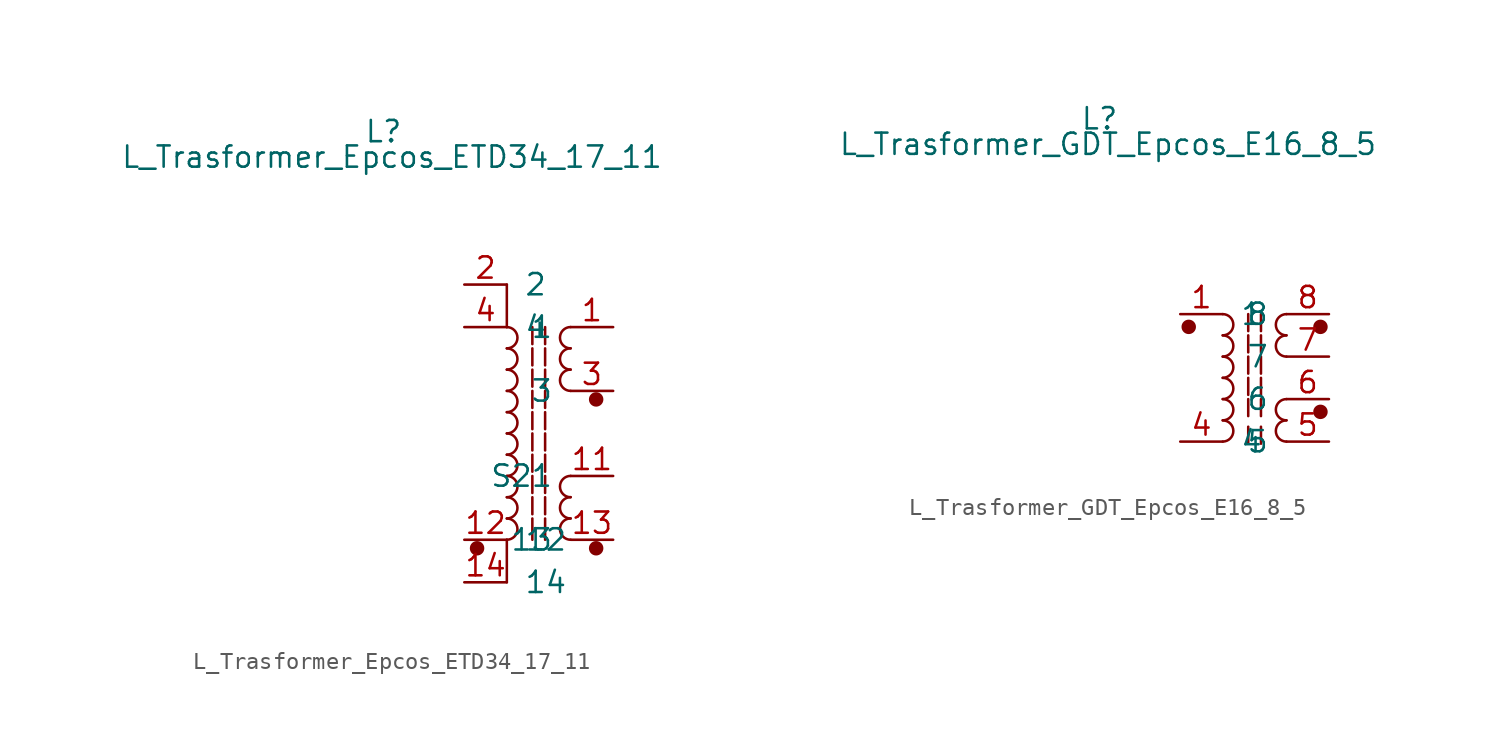
<source format=kicad_sym>
(kicad_symbol_lib
  (version 20231120)
  (generator "kicad_symbol_editor")
  (generator_version "8.0")
  (symbol "L_Trasformer_Epcos_ETD34_17_11"
    (pin_names
      (offset 1.016))
    (property "Reference" "L"
      (at -4.826 11.684 0)
      (effects (font (size 1.27 1.27))))
    (property "Value" "L_Trasformer_Epcos_ETD34_17_11"
      (at -4.318 10.16 0)
      (effects (font (size 1.27 1.27))))
    (symbol "L_Trasformer_Epcos_ETD34_17_11_0_1"
      (polyline (pts (xy 2.54 -15.24) (xy 2.54 -12.7)) (stroke (width 0) (type default)) (fill (type none)))
      (polyline (pts (xy 2.54 2.54) (xy 2.54 0)) (stroke (width 0) (type default)) (fill (type none)))
      (polyline (pts (xy 4.064 -11.43) (xy 4.064 -12.7)) (stroke (width 0) (type default)) (fill (type none)))
      (polyline (pts (xy 4.064 -10.16) (xy 4.064 -11.176)) (stroke (width 0) (type default)) (fill (type none)))
      (polyline (pts (xy 4.064 -8.89) (xy 4.064 -9.906)) (stroke (width 0) (type default)) (fill (type none)))
      (polyline (pts (xy 4.064 -7.62) (xy 4.064 -8.636)) (stroke (width 0) (type default)) (fill (type none)))
      (polyline (pts (xy 4.064 -6.35) (xy 4.064 -7.366)) (stroke (width 0) (type default)) (fill (type none)))
      (polyline (pts (xy 4.064 -5.08) (xy 4.064 -6.096)) (stroke (width 0) (type default)) (fill (type none)))
      (polyline (pts (xy 4.064 -3.81) (xy 4.064 -4.826)) (stroke (width 0) (type default)) (fill (type none)))
      (polyline (pts (xy 4.064 -2.54) (xy 4.064 -3.556)) (stroke (width 0) (type default)) (fill (type none)))
      (polyline (pts (xy 4.064 -1.27) (xy 4.064 -2.286)) (stroke (width 0) (type default)) (fill (type none)))
      (polyline (pts (xy 4.064 0) (xy 4.064 -1.016)) (stroke (width 0) (type default)) (fill (type none)))
      (polyline (pts (xy 4.826 -11.43) (xy 4.826 -12.7)) (stroke (width 0) (type default)) (fill (type none)))
      (polyline (pts (xy 4.826 -10.16) (xy 4.826 -11.176)) (stroke (width 0) (type default)) (fill (type none)))
      (polyline (pts (xy 4.826 -8.89) (xy 4.826 -9.906)) (stroke (width 0) (type default)) (fill (type none)))
      (polyline (pts (xy 4.826 -7.62) (xy 4.826 -8.636)) (stroke (width 0) (type default)) (fill (type none)))
      (polyline (pts (xy 4.826 -6.35) (xy 4.826 -7.366)) (stroke (width 0) (type default)) (fill (type none)))
      (polyline (pts (xy 4.826 -5.08) (xy 4.826 -6.096)) (stroke (width 0) (type default)) (fill (type none)))
      (polyline (pts (xy 4.826 -3.81) (xy 4.826 -4.826)) (stroke (width 0) (type default)) (fill (type none)))
      (polyline (pts (xy 4.826 -2.54) (xy 4.826 -3.556)) (stroke (width 0) (type default)) (fill (type none)))
      (polyline (pts (xy 4.826 -1.27) (xy 4.826 -2.286)) (stroke (width 0) (type default)) (fill (type none)))
      (polyline (pts (xy 4.826 0) (xy 4.826 -1.016)) (stroke (width 0) (type default)) (fill (type none)))
      (circle (center 0.762 -13.208) (radius 0.356) (stroke (width 0) (type default)) (fill (type outline)))
      (arc (start 2.54 -12.7) (mid 3.1722 -12.065) (end 2.54 -11.43) (stroke (width 0) (type default)) (fill (type none)))
      (arc (start 2.54 -11.43) (mid 3.1722 -10.795) (end 2.54 -10.16) (stroke (width 0) (type default)) (fill (type none)))
      (arc (start 2.54 -10.16) (mid 3.1722 -9.525) (end 2.54 -8.89) (stroke (width 0) (type default)) (fill (type none)))
      (arc (start 2.54 -8.89) (mid 3.1722 -8.255) (end 2.54 -7.62) (stroke (width 0) (type default)) (fill (type none)))
      (arc (start 2.54 -7.62) (mid 3.1722 -6.985) (end 2.54 -6.35) (stroke (width 0) (type default)) (fill (type none)))
      (arc (start 2.54 -6.35) (mid 3.1722 -5.715) (end 2.54 -5.08) (stroke (width 0) (type default)) (fill (type none)))
      (arc (start 2.54 -5.08) (mid 3.1722 -4.445) (end 2.54 -3.81) (stroke (width 0) (type default)) (fill (type none)))
      (arc (start 2.54 -3.81) (mid 3.1722 -3.175) (end 2.54 -2.54) (stroke (width 0) (type default)) (fill (type none)))
      (arc (start 2.54 -2.54) (mid 3.1722 -1.905) (end 2.54 -1.27) (stroke (width 0) (type default)) (fill (type none)))
      (arc (start 2.54 -1.27) (mid 3.1722 -0.635) (end 2.54 0) (stroke (width 0) (type default)) (fill (type none)))
      (arc (start 6.35 -11.43) (mid 5.7177 -12.065) (end 6.35 -12.7) (stroke (width 0) (type default)) (fill (type none)))
      (arc (start 6.35 -10.16) (mid 5.7177 -10.795) (end 6.35 -11.43) (stroke (width 0) (type default)) (fill (type none)))
      (arc (start 6.35 -8.89) (mid 5.7177 -9.525) (end 6.35 -10.16) (stroke (width 0) (type default)) (fill (type none)))
      (arc (start 6.35 -2.54) (mid 5.7177 -3.175) (end 6.35 -3.81) (stroke (width 0) (type default)) (fill (type none)))
      (arc (start 6.35 -1.27) (mid 5.7177 -1.905) (end 6.35 -2.54) (stroke (width 0) (type default)) (fill (type none)))
      (arc (start 6.35 0) (mid 5.7177 -0.635) (end 6.35 -1.27) (stroke (width 0) (type default)) (fill (type none)))
      (circle (center 7.874 -13.208) (radius 0.356) (stroke (width 0) (type default)) (fill (type outline)))
      (circle (center 7.874 -4.318) (radius 0.356) (stroke (width 0) (type default)) (fill (type outline))))
    (symbol "L_Trasformer_Epcos_ETD34_17_11_1_1"
      (pin passive line (at 8.89 0 180) (length 2.54) (name "1" (effects (font (size 1.27 1.27)))) (number "1" (effects (font (size 1.27 1.27)))))
      (pin passive line (at 8.89 -8.89 180) (length 2.54) (name "S21" (effects (font (size 1.27 1.27)))) (number "11" (effects (font (size 1.27 1.27)))))
      (pin passive line (at 0 -12.7 0) (length 2.54) (name "12" (effects (font (size 1.27 1.27)))) (number "12" (effects (font (size 1.27 1.27)))))
      (pin passive line (at 8.89 -12.7 180) (length 2.54) (name "13" (effects (font (size 1.27 1.27)))) (number "13" (effects (font (size 1.27 1.27)))))
      (pin passive line (at 0 -15.24 0) (length 2.54) (name "14" (effects (font (size 1.27 1.27)))) (number "14" (effects (font (size 1.27 1.27)))))
      (pin passive line (at 0 2.54 0) (length 2.54) (name "2" (effects (font (size 1.27 1.27)))) (number "2" (effects (font (size 1.27 1.27)))))
      (pin passive line (at 8.89 -3.81 180) (length 2.54) (name "3" (effects (font (size 1.27 1.27)))) (number "3" (effects (font (size 1.27 1.27)))))
      (pin passive line (at 0 0 0) (length 2.54) (name "4" (effects (font (size 1.27 1.27)))) (number "4" (effects (font (size 1.27 1.27)))))))
  (symbol "L_Trasformer_GDT_Epcos_E16_8_5"
    (pin_names
      (offset 1.016))
    (property "Reference" "L"
      (at -4.826 11.684 0)
      (effects (font (size 1.27 1.27))))
    (property "Value" "L_Trasformer_GDT_Epcos_E16_8_5"
      (at -4.318 10.16 0)
      (effects (font (size 1.27 1.27))))
    (symbol "L_Trasformer_GDT_Epcos_E16_8_5_0_1"
      (polyline (pts (xy 4.064 -6.731) (xy 4.064 -7.747)) (stroke (width 0) (type default)) (fill (type none)))
      (polyline (pts (xy 4.064 -5.08) (xy 4.064 -6.096)) (stroke (width 0) (type default)) (fill (type none)))
      (polyline (pts (xy 4.064 -3.81) (xy 4.064 -4.826)) (stroke (width 0) (type default)) (fill (type none)))
      (polyline (pts (xy 4.064 -2.54) (xy 4.064 -3.556)) (stroke (width 0) (type default)) (fill (type none)))
      (polyline (pts (xy 4.064 -1.27) (xy 4.064 -2.286)) (stroke (width 0) (type default)) (fill (type none)))
      (polyline (pts (xy 4.064 0) (xy 4.064 -1.016)) (stroke (width 0) (type default)) (fill (type none)))
      (polyline (pts (xy 4.826 -6.731) (xy 4.826 -7.747)) (stroke (width 0) (type default)) (fill (type none)))
      (polyline (pts (xy 4.826 -5.08) (xy 4.826 -6.096)) (stroke (width 0) (type default)) (fill (type none)))
      (polyline (pts (xy 4.826 -3.81) (xy 4.826 -4.826)) (stroke (width 0) (type default)) (fill (type none)))
      (polyline (pts (xy 4.826 -2.54) (xy 4.826 -3.556)) (stroke (width 0) (type default)) (fill (type none)))
      (polyline (pts (xy 4.826 -1.27) (xy 4.826 -2.286)) (stroke (width 0) (type default)) (fill (type none)))
      (polyline (pts (xy 4.826 0) (xy 4.826 -1.016)) (stroke (width 0) (type default)) (fill (type none)))
      (circle (center 0.508 -0.762) (radius 0.356) (stroke (width 0) (type default)) (fill (type outline)))
      (arc (start 2.54 -7.62) (mid 3.1722 -6.985) (end 2.54 -6.35) (stroke (width 0) (type default)) (fill (type none)))
      (arc (start 2.54 -6.35) (mid 3.1722 -5.715) (end 2.54 -5.08) (stroke (width 0) (type default)) (fill (type none)))
      (arc (start 2.54 -5.08) (mid 3.1722 -4.445) (end 2.54 -3.81) (stroke (width 0) (type default)) (fill (type none)))
      (arc (start 2.54 -3.81) (mid 3.1722 -3.175) (end 2.54 -2.54) (stroke (width 0) (type default)) (fill (type none)))
      (arc (start 2.54 -2.54) (mid 3.1722 -1.905) (end 2.54 -1.27) (stroke (width 0) (type default)) (fill (type none)))
      (arc (start 2.54 -1.27) (mid 3.1722 -0.635) (end 2.54 0) (stroke (width 0) (type default)) (fill (type none)))
      (arc (start 6.35 -6.35) (mid 5.7177 -6.985) (end 6.35 -7.62) (stroke (width 0) (type default)) (fill (type none)))
      (arc (start 6.35 -5.08) (mid 5.7177 -5.715) (end 6.35 -6.35) (stroke (width 0) (type default)) (fill (type none)))
      (arc (start 6.35 -1.27) (mid 5.7177 -1.905) (end 6.35 -2.54) (stroke (width 0) (type default)) (fill (type none)))
      (arc (start 6.35 0) (mid 5.7177 -0.635) (end 6.35 -1.27) (stroke (width 0) (type default)) (fill (type none)))
      (circle (center 8.382 -5.842) (radius 0.356) (stroke (width 0) (type default)) (fill (type outline)))
      (circle (center 8.382 -0.762) (radius 0.356) (stroke (width 0) (type default)) (fill (type outline))))
    (symbol "L_Trasformer_GDT_Epcos_E16_8_5_1_1"
      (pin passive line (at 0 0 0) (length 2.54) (name "1" (effects (font (size 1.27 1.27)))) (number "1" (effects (font (size 1.27 1.27)))))
      (pin passive line (at 0 -7.62 0) (length 2.54) (name "4" (effects (font (size 1.27 1.27)))) (number "4" (effects (font (size 1.27 1.27)))))
      (pin passive line (at 8.89 -7.62 180) (length 2.54) (name "5" (effects (font (size 1.27 1.27)))) (number "5" (effects (font (size 1.27 1.27)))))
      (pin passive line (at 8.89 -5.08 180) (length 2.54) (name "6" (effects (font (size 1.27 1.27)))) (number "6" (effects (font (size 1.27 1.27)))))
      (pin passive line (at 8.89 -2.54 180) (length 2.54) (name "7" (effects (font (size 1.27 1.27)))) (number "7" (effects (font (size 1.27 1.27)))))
      (pin passive line (at 8.89 0 180) (length 2.54) (name "8" (effects (font (size 1.27 1.27)))) (number "8" (effects (font (size 1.27 1.27))))))))
</source>
